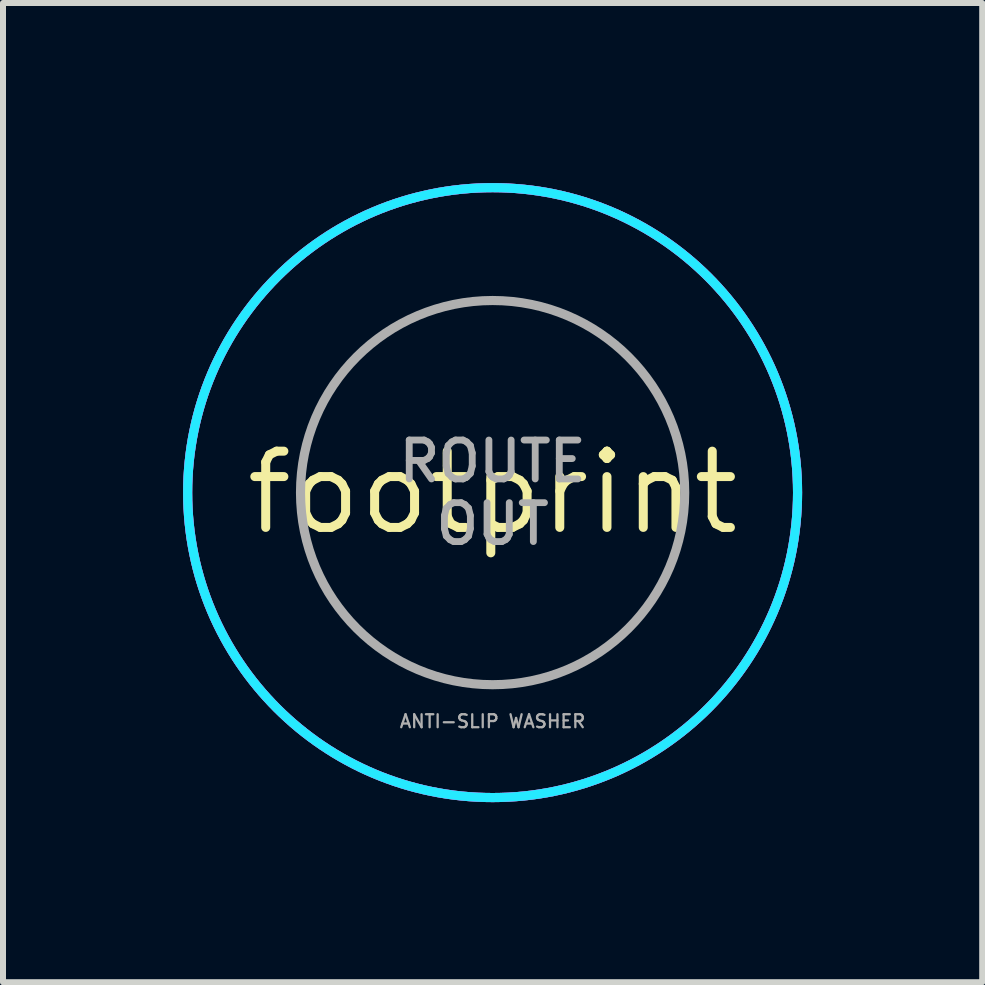
<source format=kicad_pcb>
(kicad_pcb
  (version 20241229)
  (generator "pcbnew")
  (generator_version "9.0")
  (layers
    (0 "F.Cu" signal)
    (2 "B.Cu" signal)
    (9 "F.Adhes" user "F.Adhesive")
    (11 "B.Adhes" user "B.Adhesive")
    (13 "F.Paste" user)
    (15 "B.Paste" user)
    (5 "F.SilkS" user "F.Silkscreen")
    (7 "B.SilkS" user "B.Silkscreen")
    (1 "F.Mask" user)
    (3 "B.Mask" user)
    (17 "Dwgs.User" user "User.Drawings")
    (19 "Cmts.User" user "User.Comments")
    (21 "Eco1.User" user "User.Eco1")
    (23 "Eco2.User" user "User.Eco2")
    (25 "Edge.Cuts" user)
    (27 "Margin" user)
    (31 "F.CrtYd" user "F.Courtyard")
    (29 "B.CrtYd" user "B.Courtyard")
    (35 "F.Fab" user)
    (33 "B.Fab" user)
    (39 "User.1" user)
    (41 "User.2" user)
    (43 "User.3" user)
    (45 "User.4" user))
  (footprint "footprint"
    (layer "F.Cu")
    (at 5.156 5.156)
    (property "Reference" "footprint" (at 0 0 0) (layer "F.SilkS") (effects (font (size 1.27 1.27) (thickness 0.15))))
    (fp_circle (center 0 0) (end 2.54 0) (stroke (width 5.08) (type solid)) (fill no) (layer "F.Mask"))
    (fp_circle (center 0 0) (end 2.54 0) (stroke (width 5.08) (type solid)) (fill no) (layer "B.Mask"))
    (fp_circle (center 0 0) (end 5.08 0) (stroke (width 0.152) (type solid)) (fill no) (layer "B.CrtYd"))
    (fp_circle (center 0 0) (end 5.08 0) (stroke (width 0.152) (type solid)) (fill no) (layer "F.CrtYd"))
    (fp_circle (center 0 0) (end 3.2 0) (stroke (width 0.152) (type solid)) (fill no) (layer "F.Fab"))
    (fp_circle (center 0 0) (end 5.08 0) (stroke (width 0.152) (type solid)) (fill no) (layer "F.Fab"))
    (fp_text user "ANTI-SLIP WASHER" (at 0 3.81 0) (layer "F.Fab") (effects (font (size 0.216 0.216) (thickness 0.038))))
    (fp_text user "ROUTE\nOUT" (at 0 0 0) (layer "F.Fab") (effects (font (size 0.648 0.648) (thickness 0.114)))))
  (gr_rect
    (start -3 -3)
    (end 13.312 13.312)
    (stroke (width 0.1) (type default))
    (fill no)
    (layer "Edge.Cuts")))
</source>
